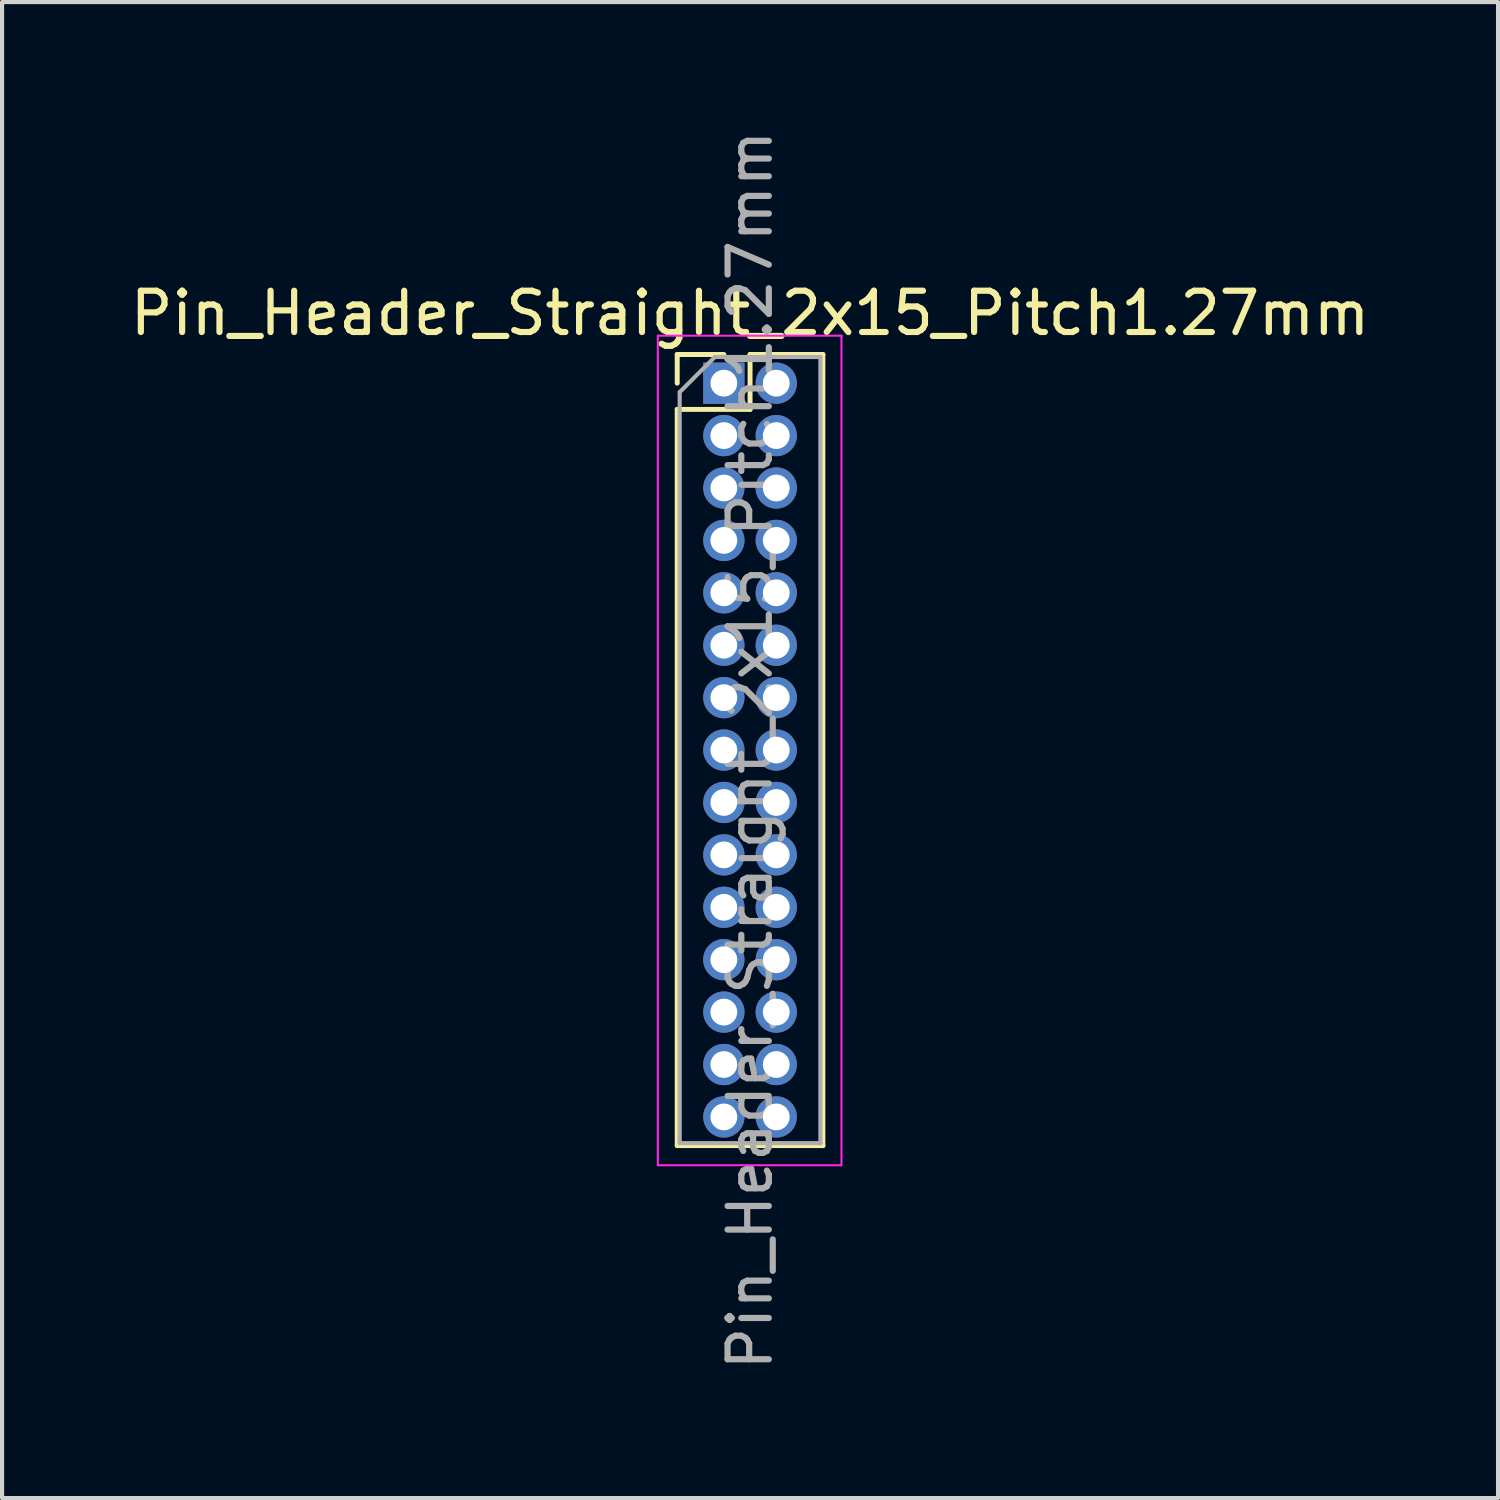
<source format=kicad_pcb>
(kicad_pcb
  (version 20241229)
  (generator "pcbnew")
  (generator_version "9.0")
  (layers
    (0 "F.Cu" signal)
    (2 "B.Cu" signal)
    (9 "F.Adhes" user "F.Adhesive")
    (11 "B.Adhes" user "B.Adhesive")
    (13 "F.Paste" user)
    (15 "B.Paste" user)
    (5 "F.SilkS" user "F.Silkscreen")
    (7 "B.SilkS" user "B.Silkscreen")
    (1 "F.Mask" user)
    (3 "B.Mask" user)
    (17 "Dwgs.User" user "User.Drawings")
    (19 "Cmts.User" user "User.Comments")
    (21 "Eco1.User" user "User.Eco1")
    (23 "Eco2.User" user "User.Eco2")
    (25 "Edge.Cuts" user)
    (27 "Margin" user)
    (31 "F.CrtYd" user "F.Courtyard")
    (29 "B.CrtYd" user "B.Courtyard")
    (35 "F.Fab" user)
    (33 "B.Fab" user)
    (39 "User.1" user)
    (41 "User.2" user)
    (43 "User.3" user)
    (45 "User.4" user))
  (footprint "Pin_Header_Straight_2x15_Pitch1.27mm"
    (layer "F.Cu")
    (at 14.49 6.235)
    (property "Reference" "Pin_Header_Straight_2x15_Pitch1.27mm" (at 0.635 -1.695 0) (layer "F.SilkS") (effects (font (size 1 1) (thickness 0.15))))
    (attr through_hole)
    (fp_line (start -1.13 -0.695) (end 0 -0.695) (stroke (width 0.12) (type solid)) (layer "F.SilkS"))
    (fp_line (start -1.13 0) (end -1.13 -0.695) (stroke (width 0.12) (type solid)) (layer "F.SilkS"))
    (fp_line (start -1.13 0.635) (end -1.13 18.475) (stroke (width 0.12) (type solid)) (layer "F.SilkS"))
    (fp_line (start -1.13 18.475) (end 2.4 18.475) (stroke (width 0.12) (type solid)) (layer "F.SilkS"))
    (fp_line (start 0.635 -0.695) (end 0.635 0.635) (stroke (width 0.12) (type solid)) (layer "F.SilkS"))
    (fp_line (start 0.635 0.635) (end -1.13 0.635) (stroke (width 0.12) (type solid)) (layer "F.SilkS"))
    (fp_line (start 2.4 -0.695) (end 0.635 -0.695) (stroke (width 0.12) (type solid)) (layer "F.SilkS"))
    (fp_line (start 2.4 18.475) (end 2.4 -0.695) (stroke (width 0.12) (type solid)) (layer "F.SilkS"))
    (fp_line (start -1.6 -1.15) (end -1.6 18.95) (stroke (width 0.05) (type solid)) (layer "F.CrtYd"))
    (fp_line (start -1.6 18.95) (end 2.85 18.95) (stroke (width 0.05) (type solid)) (layer "F.CrtYd"))
    (fp_line (start 2.85 -1.15) (end -1.6 -1.15) (stroke (width 0.05) (type solid)) (layer "F.CrtYd"))
    (fp_line (start 2.85 18.95) (end 2.85 -1.15) (stroke (width 0.05) (type solid)) (layer "F.CrtYd"))
    (fp_line (start -1.07 0.217) (end -0.217 -0.635) (stroke (width 0.1) (type solid)) (layer "F.Fab"))
    (fp_line (start -1.07 18.415) (end -1.07 0.217) (stroke (width 0.1) (type solid)) (layer "F.Fab"))
    (fp_line (start -0.217 -0.635) (end 2.34 -0.635) (stroke (width 0.1) (type solid)) (layer "F.Fab"))
    (fp_line (start 2.34 -0.635) (end 2.34 18.415) (stroke (width 0.1) (type solid)) (layer "F.Fab"))
    (fp_line (start 2.34 18.415) (end -1.07 18.415) (stroke (width 0.1) (type solid)) (layer "F.Fab"))
    (fp_text user "${REFERENCE}" (at 0.635 8.89 90) (layer "F.Fab") (effects (font (size 1 1) (thickness 0.15))))
    (pad "1" thru_hole rect (at 0 0) (size 1 1) (drill 0.65) (layers "*.Cu" "*.Mask"))
    (pad "2" thru_hole oval (at 1.27 0) (size 1 1) (drill 0.65) (layers "*.Cu" "*.Mask"))
    (pad "3" thru_hole oval (at 0 1.27) (size 1 1) (drill 0.65) (layers "*.Cu" "*.Mask"))
    (pad "4" thru_hole oval (at 1.27 1.27) (size 1 1) (drill 0.65) (layers "*.Cu" "*.Mask"))
    (pad "5" thru_hole oval (at 0 2.54) (size 1 1) (drill 0.65) (layers "*.Cu" "*.Mask"))
    (pad "6" thru_hole oval (at 1.27 2.54) (size 1 1) (drill 0.65) (layers "*.Cu" "*.Mask"))
    (pad "7" thru_hole oval (at 0 3.81) (size 1 1) (drill 0.65) (layers "*.Cu" "*.Mask"))
    (pad "8" thru_hole oval (at 1.27 3.81) (size 1 1) (drill 0.65) (layers "*.Cu" "*.Mask"))
    (pad "9" thru_hole oval (at 0 5.08) (size 1 1) (drill 0.65) (layers "*.Cu" "*.Mask"))
    (pad "10" thru_hole oval (at 1.27 5.08) (size 1 1) (drill 0.65) (layers "*.Cu" "*.Mask"))
    (pad "11" thru_hole oval (at 0 6.35) (size 1 1) (drill 0.65) (layers "*.Cu" "*.Mask"))
    (pad "12" thru_hole oval (at 1.27 6.35) (size 1 1) (drill 0.65) (layers "*.Cu" "*.Mask"))
    (pad "13" thru_hole oval (at 0 7.62) (size 1 1) (drill 0.65) (layers "*.Cu" "*.Mask"))
    (pad "14" thru_hole oval (at 1.27 7.62) (size 1 1) (drill 0.65) (layers "*.Cu" "*.Mask"))
    (pad "15" thru_hole oval (at 0 8.89) (size 1 1) (drill 0.65) (layers "*.Cu" "*.Mask"))
    (pad "16" thru_hole oval (at 1.27 8.89) (size 1 1) (drill 0.65) (layers "*.Cu" "*.Mask"))
    (pad "17" thru_hole oval (at 0 10.16) (size 1 1) (drill 0.65) (layers "*.Cu" "*.Mask"))
    (pad "18" thru_hole oval (at 1.27 10.16) (size 1 1) (drill 0.65) (layers "*.Cu" "*.Mask"))
    (pad "19" thru_hole oval (at 0 11.43) (size 1 1) (drill 0.65) (layers "*.Cu" "*.Mask"))
    (pad "20" thru_hole oval (at 1.27 11.43) (size 1 1) (drill 0.65) (layers "*.Cu" "*.Mask"))
    (pad "21" thru_hole oval (at 0 12.7) (size 1 1) (drill 0.65) (layers "*.Cu" "*.Mask"))
    (pad "22" thru_hole oval (at 1.27 12.7) (size 1 1) (drill 0.65) (layers "*.Cu" "*.Mask"))
    (pad "23" thru_hole oval (at 0 13.97) (size 1 1) (drill 0.65) (layers "*.Cu" "*.Mask"))
    (pad "24" thru_hole oval (at 1.27 13.97) (size 1 1) (drill 0.65) (layers "*.Cu" "*.Mask"))
    (pad "25" thru_hole oval (at 0 15.24) (size 1 1) (drill 0.65) (layers "*.Cu" "*.Mask"))
    (pad "26" thru_hole oval (at 1.27 15.24) (size 1 1) (drill 0.65) (layers "*.Cu" "*.Mask"))
    (pad "27" thru_hole oval (at 0 16.51) (size 1 1) (drill 0.65) (layers "*.Cu" "*.Mask"))
    (pad "28" thru_hole oval (at 1.27 16.51) (size 1 1) (drill 0.65) (layers "*.Cu" "*.Mask"))
    (pad "29" thru_hole oval (at 0 17.78) (size 1 1) (drill 0.65) (layers "*.Cu" "*.Mask"))
    (pad "30" thru_hole oval (at 1.27 17.78) (size 1 1) (drill 0.65) (layers "*.Cu" "*.Mask")))
  (gr_rect
    (start -3 -3)
    (end 33.25 33.25)
    (stroke (width 0.1) (type default))
    (fill no)
    (layer "Edge.Cuts")))
</source>
